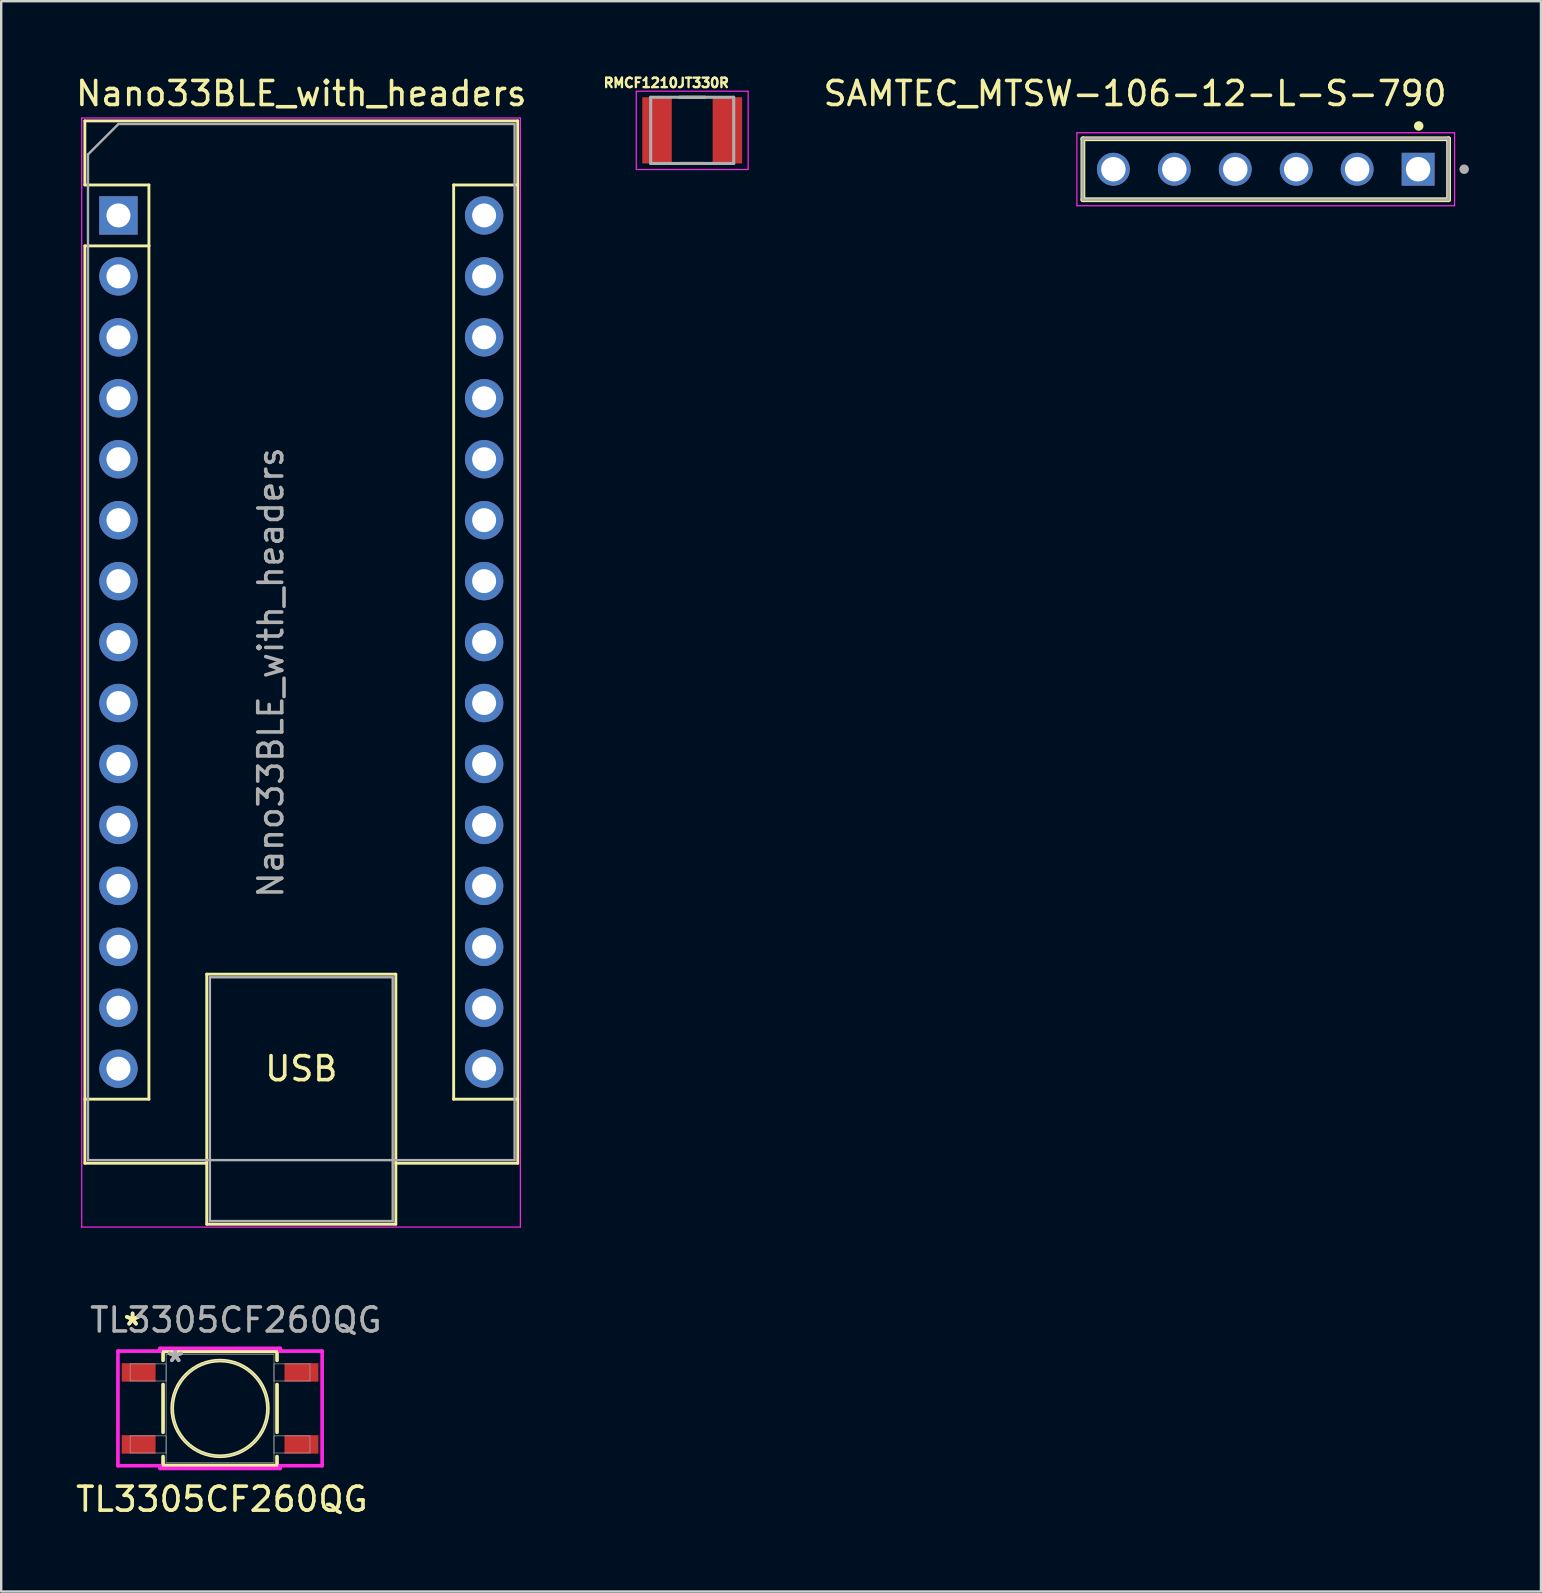
<source format=kicad_pcb>
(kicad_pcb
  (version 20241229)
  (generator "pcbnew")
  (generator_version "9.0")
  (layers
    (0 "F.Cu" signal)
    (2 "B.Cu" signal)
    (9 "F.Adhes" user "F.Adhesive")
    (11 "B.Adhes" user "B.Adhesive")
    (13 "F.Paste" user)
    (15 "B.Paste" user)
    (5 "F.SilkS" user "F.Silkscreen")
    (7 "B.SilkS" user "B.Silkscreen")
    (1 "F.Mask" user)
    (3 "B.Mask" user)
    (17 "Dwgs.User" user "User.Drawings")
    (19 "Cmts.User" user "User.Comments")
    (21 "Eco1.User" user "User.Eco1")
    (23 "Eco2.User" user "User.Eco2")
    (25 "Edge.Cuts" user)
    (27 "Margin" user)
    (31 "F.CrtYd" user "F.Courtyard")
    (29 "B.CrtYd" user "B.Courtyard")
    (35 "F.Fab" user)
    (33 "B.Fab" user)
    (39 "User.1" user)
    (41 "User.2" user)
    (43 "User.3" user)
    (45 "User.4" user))
  (footprint "Nano33BLE_with_headers"
    (layer "F.Cu")
    (at 1.886 5.928)
    (property "Reference" "Nano33BLE_with_headers" (at 7.62 -5.08 0) (layer "F.SilkS") (effects (font (size 1 1) (thickness 0.15))))
    (attr through_hole)
    (fp_line (start -1.4 -3.94) (end -1.4 -1.27) (stroke (width 0.12) (type solid)) (layer "F.SilkS"))
    (fp_line (start -1.4 1.27) (end -1.4 39.5) (stroke (width 0.12) (type solid)) (layer "F.SilkS"))
    (fp_line (start -1.4 39.5) (end 3.68 39.5) (stroke (width 0.12) (type solid)) (layer "F.SilkS"))
    (fp_line (start 1.27 -1.27) (end -1.4 -1.27) (stroke (width 0.12) (type solid)) (layer "F.SilkS"))
    (fp_line (start 1.27 1.27) (end -1.4 1.27) (stroke (width 0.12) (type solid)) (layer "F.SilkS"))
    (fp_line (start 1.27 1.27) (end 1.27 -1.27) (stroke (width 0.12) (type solid)) (layer "F.SilkS"))
    (fp_line (start 1.27 1.27) (end 1.27 36.83) (stroke (width 0.12) (type solid)) (layer "F.SilkS"))
    (fp_line (start 1.27 36.83) (end -1.4 36.83) (stroke (width 0.12) (type solid)) (layer "F.SilkS"))
    (fp_line (start 3.68 31.62) (end 11.56 31.62) (stroke (width 0.12) (type solid)) (layer "F.SilkS"))
    (fp_line (start 3.68 42.04) (end 3.68 31.62) (stroke (width 0.12) (type solid)) (layer "F.SilkS"))
    (fp_line (start 11.56 31.62) (end 11.56 42.04) (stroke (width 0.12) (type solid)) (layer "F.SilkS"))
    (fp_line (start 11.56 42.04) (end 3.68 42.04) (stroke (width 0.12) (type solid)) (layer "F.SilkS"))
    (fp_line (start 13.97 -1.27) (end 13.97 36.83) (stroke (width 0.12) (type solid)) (layer "F.SilkS"))
    (fp_line (start 13.97 -1.27) (end 16.64 -1.27) (stroke (width 0.12) (type solid)) (layer "F.SilkS"))
    (fp_line (start 13.97 36.83) (end 16.64 36.83) (stroke (width 0.12) (type solid)) (layer "F.SilkS"))
    (fp_line (start 16.64 -3.94) (end -1.4 -3.94) (stroke (width 0.12) (type solid)) (layer "F.SilkS"))
    (fp_line (start 16.64 39.5) (end 11.56 39.5) (stroke (width 0.12) (type solid)) (layer "F.SilkS"))
    (fp_line (start 16.64 39.5) (end 16.64 -3.94) (stroke (width 0.12) (type solid)) (layer "F.SilkS"))
    (fp_line (start -1.53 -4.06) (end -1.53 42.16) (stroke (width 0.05) (type solid)) (layer "F.CrtYd"))
    (fp_line (start -1.53 -4.06) (end 16.75 -4.06) (stroke (width 0.05) (type solid)) (layer "F.CrtYd"))
    (fp_line (start 16.75 42.16) (end -1.53 42.16) (stroke (width 0.05) (type solid)) (layer "F.CrtYd"))
    (fp_line (start 16.75 42.16) (end 16.75 -4.06) (stroke (width 0.05) (type solid)) (layer "F.CrtYd"))
    (fp_line (start -1.27 -2.54) (end 0 -3.81) (stroke (width 0.1) (type solid)) (layer "F.Fab"))
    (fp_line (start -1.27 39.37) (end -1.27 -2.54) (stroke (width 0.1) (type solid)) (layer "F.Fab"))
    (fp_line (start 0 -3.81) (end 16.51 -3.81) (stroke (width 0.1) (type solid)) (layer "F.Fab"))
    (fp_line (start 3.81 31.75) (end 11.43 31.75) (stroke (width 0.1) (type solid)) (layer "F.Fab"))
    (fp_line (start 3.81 41.91) (end 3.81 31.75) (stroke (width 0.1) (type solid)) (layer "F.Fab"))
    (fp_line (start 11.43 31.75) (end 11.43 41.91) (stroke (width 0.1) (type solid)) (layer "F.Fab"))
    (fp_line (start 11.43 41.91) (end 3.81 41.91) (stroke (width 0.1) (type solid)) (layer "F.Fab"))
    (fp_line (start 16.51 -3.81) (end 16.51 39.37) (stroke (width 0.1) (type solid)) (layer "F.Fab"))
    (fp_line (start 16.51 39.37) (end -1.27 39.37) (stroke (width 0.1) (type solid)) (layer "F.Fab"))
    (fp_text user "USB" (at 7.62 35.56 0) (unlocked yes) (layer "F.SilkS") (effects (font (size 1 1) (thickness 0.15))))
    (fp_text user "${REFERENCE}" (at 6.35 19.05 90) (layer "F.Fab") (effects (font (size 1 1) (thickness 0.15))))
    (pad "1" thru_hole rect (at 0 0) (size 1.6 1.6) (drill 1) (layers "*.Cu" "*.Mask"))
    (pad "2" thru_hole oval (at 0 2.54) (size 1.6 1.6) (drill 1) (layers "*.Cu" "*.Mask"))
    (pad "3" thru_hole oval (at 0 5.08) (size 1.6 1.6) (drill 1) (layers "*.Cu" "*.Mask"))
    (pad "4" thru_hole oval (at 0 7.62) (size 1.6 1.6) (drill 1) (layers "*.Cu" "*.Mask"))
    (pad "5" thru_hole oval (at 0 10.16) (size 1.6 1.6) (drill 1) (layers "*.Cu" "*.Mask"))
    (pad "6" thru_hole oval (at 0 12.7) (size 1.6 1.6) (drill 1) (layers "*.Cu" "*.Mask"))
    (pad "7" thru_hole oval (at 0 15.24) (size 1.6 1.6) (drill 1) (layers "*.Cu" "*.Mask"))
    (pad "8" thru_hole oval (at 0 17.78) (size 1.6 1.6) (drill 1) (layers "*.Cu" "*.Mask"))
    (pad "9" thru_hole oval (at 0 20.32) (size 1.6 1.6) (drill 1) (layers "*.Cu" "*.Mask"))
    (pad "10" thru_hole oval (at 0 22.86) (size 1.6 1.6) (drill 1) (layers "*.Cu" "*.Mask"))
    (pad "11" thru_hole oval (at 0 25.4) (size 1.6 1.6) (drill 1) (layers "*.Cu" "*.Mask"))
    (pad "12" thru_hole oval (at 0 27.94) (size 1.6 1.6) (drill 1) (layers "*.Cu" "*.Mask"))
    (pad "13" thru_hole oval (at 0 30.48) (size 1.6 1.6) (drill 1) (layers "*.Cu" "*.Mask"))
    (pad "14" thru_hole oval (at 0 33.02) (size 1.6 1.6) (drill 1) (layers "*.Cu" "*.Mask"))
    (pad "15" thru_hole oval (at 0 35.56) (size 1.6 1.6) (drill 1) (layers "*.Cu" "*.Mask"))
    (pad "16" thru_hole oval (at 15.24 35.56) (size 1.6 1.6) (drill 1) (layers "*.Cu" "*.Mask"))
    (pad "17" thru_hole oval (at 15.24 33.02) (size 1.6 1.6) (drill 1) (layers "*.Cu" "*.Mask"))
    (pad "18" thru_hole oval (at 15.24 30.48) (size 1.6 1.6) (drill 1) (layers "*.Cu" "*.Mask"))
    (pad "19" thru_hole oval (at 15.24 27.94) (size 1.6 1.6) (drill 1) (layers "*.Cu" "*.Mask"))
    (pad "20" thru_hole oval (at 15.24 25.4) (size 1.6 1.6) (drill 1) (layers "*.Cu" "*.Mask"))
    (pad "21" thru_hole oval (at 15.24 22.86) (size 1.6 1.6) (drill 1) (layers "*.Cu" "*.Mask"))
    (pad "22" thru_hole oval (at 15.24 20.32) (size 1.6 1.6) (drill 1) (layers "*.Cu" "*.Mask"))
    (pad "23" thru_hole oval (at 15.24 17.78) (size 1.6 1.6) (drill 1) (layers "*.Cu" "*.Mask"))
    (pad "24" thru_hole oval (at 15.24 15.24) (size 1.6 1.6) (drill 1) (layers "*.Cu" "*.Mask"))
    (pad "25" thru_hole oval (at 15.24 12.7) (size 1.6 1.6) (drill 1) (layers "*.Cu" "*.Mask"))
    (pad "26" thru_hole oval (at 15.24 10.16) (size 1.6 1.6) (drill 1) (layers "*.Cu" "*.Mask"))
    (pad "27" thru_hole oval (at 15.24 7.62) (size 1.6 1.6) (drill 1) (layers "*.Cu" "*.Mask"))
    (pad "28" thru_hole oval (at 15.24 5.08) (size 1.6 1.6) (drill 1) (layers "*.Cu" "*.Mask"))
    (pad "29" thru_hole oval (at 15.24 2.54) (size 1.6 1.6) (drill 1) (layers "*.Cu" "*.Mask"))
    (pad "30" thru_hole oval (at 15.24 0) (size 1.6 1.6) (drill 1) (layers "*.Cu" "*.Mask")))
  (footprint "RMCF1210JT330R"
    (layer "F.Cu")
    (at 25.797 2.383)
    (property "Reference" "RMCF1210JT330R" (at -1.08 -1.98 0) (layer "F.SilkS") (effects (font (size 0.394 0.394) (thickness 0.15))))
    (attr smd)
    (fp_line (start -0.53 -1.38) (end 0.53 -1.38) (stroke (width 0.127) (type solid)) (layer "F.SilkS"))
    (fp_line (start -0.53 1.38) (end 0.53 1.38) (stroke (width 0.127) (type solid)) (layer "F.SilkS"))
    (fp_line (start -2.331 -1.631) (end 2.331 -1.631) (stroke (width 0.05) (type solid)) (layer "F.CrtYd"))
    (fp_line (start -2.331 1.631) (end -2.331 -1.631) (stroke (width 0.05) (type solid)) (layer "F.CrtYd"))
    (fp_line (start -2.331 1.631) (end 2.331 1.631) (stroke (width 0.05) (type solid)) (layer "F.CrtYd"))
    (fp_line (start 2.331 1.631) (end 2.331 -1.631) (stroke (width 0.05) (type solid)) (layer "F.CrtYd"))
    (fp_line (start -1.73 1.38) (end -1.73 -1.38) (stroke (width 0.127) (type solid)) (layer "F.Fab"))
    (fp_line (start 1.73 -1.38) (end -1.73 -1.38) (stroke (width 0.127) (type solid)) (layer "F.Fab"))
    (fp_line (start 1.73 1.38) (end -1.73 1.38) (stroke (width 0.127) (type solid)) (layer "F.Fab"))
    (fp_line (start 1.73 1.38) (end 1.73 -1.38) (stroke (width 0.127) (type solid)) (layer "F.Fab"))
    (pad "1" smd rect (at -1.466 0) (size 1.23 2.76) (layers "F.Cu" "F.Mask" "F.Paste"))
    (pad "2" smd rect (at 1.466 0) (size 1.23 2.76) (layers "F.Cu" "F.Mask" "F.Paste")))
  (footprint "SAMTEC_MTSW-106-12-L-S-790"
    (layer "F.Cu")
    (at 49.699 4.003)
    (property "Reference" "SAMTEC_MTSW-106-12-L-S-790" (at -5.445 -3.155 0) (layer "F.SilkS") (effects (font (size 1 1) (thickness 0.15))))
    (attr through_hole)
    (fp_line (start -7.62 1.27) (end -7.62 -1.27) (stroke (width 0.2) (type solid)) (layer "F.SilkS"))
    (fp_line (start 7.62 -1.27) (end -7.62 -1.27) (stroke (width 0.2) (type solid)) (layer "F.SilkS"))
    (fp_line (start 7.62 -1.27) (end 7.62 1.27) (stroke (width 0.2) (type solid)) (layer "F.SilkS"))
    (fp_line (start 7.62 1.27) (end -7.62 1.27) (stroke (width 0.2) (type solid)) (layer "F.SilkS"))
    (fp_circle (center 6.375 -1.803) (end 6.475 -1.803) (stroke (width 0.2) (type solid)) (fill no) (layer "F.SilkS"))
    (fp_line (start -7.87 -1.52) (end 7.87 -1.52) (stroke (width 0.05) (type solid)) (layer "F.CrtYd"))
    (fp_line (start -7.87 1.52) (end -7.87 -1.52) (stroke (width 0.05) (type solid)) (layer "F.CrtYd"))
    (fp_line (start 7.87 -1.52) (end 7.87 1.52) (stroke (width 0.05) (type solid)) (layer "F.CrtYd"))
    (fp_line (start 7.87 1.52) (end -7.87 1.52) (stroke (width 0.05) (type solid)) (layer "F.CrtYd"))
    (fp_line (start -7.62 -1.27) (end 7.62 -1.27) (stroke (width 0.1) (type solid)) (layer "F.Fab"))
    (fp_line (start -7.62 -1.27) (end 7.62 -1.27) (stroke (width 0.1) (type solid)) (layer "F.Fab"))
    (fp_line (start -7.62 1.27) (end -7.62 -1.27) (stroke (width 0.1) (type solid)) (layer "F.Fab"))
    (fp_line (start -7.62 1.27) (end -7.62 -1.27) (stroke (width 0.1) (type solid)) (layer "F.Fab"))
    (fp_line (start 7.62 -1.27) (end 7.62 1.27) (stroke (width 0.1) (type solid)) (layer "F.Fab"))
    (fp_line (start 7.62 -1.27) (end 7.62 1.27) (stroke (width 0.1) (type solid)) (layer "F.Fab"))
    (fp_line (start 7.62 1.27) (end -7.62 1.27) (stroke (width 0.1) (type solid)) (layer "F.Fab"))
    (fp_circle (center 8.27 0) (end 8.37 0) (stroke (width 0.2) (type solid)) (fill no) (layer "F.Fab"))
    (pad "01" thru_hole rect (at 6.35 0) (size 1.37 1.37) (drill 1.02) (layers "*.Cu" "*.Mask"))
    (pad "02" thru_hole circle (at 3.81 0) (size 1.37 1.37) (drill 1.02) (layers "*.Cu" "*.Mask"))
    (pad "03" thru_hole circle (at 1.27 0) (size 1.37 1.37) (drill 1.02) (layers "*.Cu" "*.Mask"))
    (pad "04" thru_hole circle (at -1.27 0) (size 1.37 1.37) (drill 1.02) (layers "*.Cu" "*.Mask"))
    (pad "05" thru_hole circle (at -3.81 0) (size 1.37 1.37) (drill 1.02) (layers "*.Cu" "*.Mask"))
    (pad "06" thru_hole circle (at -6.35 0) (size 1.37 1.37) (drill 1.02) (layers "*.Cu" "*.Mask")))
  (footprint "TL3305CF260QG"
    (layer "F.Cu")
    (at 6.12 55.645)
    (property "Reference" "TL3305CF260QG" (at 0.076 3.785 0) (unlocked yes) (layer "F.SilkS") (effects (font (size 1 1) (thickness 0.15))))
    (attr smd)
    (fp_line (start -2.375 -2.375) (end -2.375 -2.005) (stroke (width 0.152) (type solid)) (layer "F.SilkS"))
    (fp_line (start -2.375 -0.995) (end -2.375 0.995) (stroke (width 0.152) (type solid)) (layer "F.SilkS"))
    (fp_line (start -2.375 2.005) (end -2.375 2.375) (stroke (width 0.152) (type solid)) (layer "F.SilkS"))
    (fp_line (start -2.375 2.375) (end 2.375 2.375) (stroke (width 0.152) (type solid)) (layer "F.SilkS"))
    (fp_line (start 2.375 -2.375) (end -2.375 -2.375) (stroke (width 0.152) (type solid)) (layer "F.SilkS"))
    (fp_line (start 2.375 -2.005) (end 2.375 -2.375) (stroke (width 0.152) (type solid)) (layer "F.SilkS"))
    (fp_line (start 2.375 0.995) (end 2.375 -0.995) (stroke (width 0.152) (type solid)) (layer "F.SilkS"))
    (fp_line (start 2.375 2.375) (end 2.375 2.005) (stroke (width 0.152) (type solid)) (layer "F.SilkS"))
    (fp_circle (center 0 0) (end 1.994 0) (stroke (width 0.152) (type solid)) (fill no) (layer "F.SilkS"))
    (fp_line (start -4.255 -2.389) (end -2.502 -2.389) (stroke (width 0.152) (type solid)) (layer "F.CrtYd"))
    (fp_line (start -4.255 2.389) (end -4.255 -2.389) (stroke (width 0.152) (type solid)) (layer "F.CrtYd"))
    (fp_line (start -2.502 -2.502) (end 2.502 -2.502) (stroke (width 0.152) (type solid)) (layer "F.CrtYd"))
    (fp_line (start -2.502 -2.389) (end -2.502 -2.502) (stroke (width 0.152) (type solid)) (layer "F.CrtYd"))
    (fp_line (start -2.502 2.389) (end -4.255 2.389) (stroke (width 0.152) (type solid)) (layer "F.CrtYd"))
    (fp_line (start -2.502 2.502) (end -2.502 2.389) (stroke (width 0.152) (type solid)) (layer "F.CrtYd"))
    (fp_line (start 2.502 -2.502) (end 2.502 -2.389) (stroke (width 0.152) (type solid)) (layer "F.CrtYd"))
    (fp_line (start 2.502 -2.389) (end 4.255 -2.389) (stroke (width 0.152) (type solid)) (layer "F.CrtYd"))
    (fp_line (start 2.502 2.389) (end 2.502 2.502) (stroke (width 0.152) (type solid)) (layer "F.CrtYd"))
    (fp_line (start 2.502 2.502) (end -2.502 2.502) (stroke (width 0.152) (type solid)) (layer "F.CrtYd"))
    (fp_line (start 4.255 -2.389) (end 4.255 2.389) (stroke (width 0.152) (type solid)) (layer "F.CrtYd"))
    (fp_line (start 4.255 2.389) (end 2.502 2.389) (stroke (width 0.152) (type solid)) (layer "F.CrtYd"))
    (fp_line (start -3.747 -1.856) (end -3.747 -1.144) (stroke (width 0.025) (type solid)) (layer "F.Fab"))
    (fp_line (start -3.747 -1.144) (end -2.248 -1.144) (stroke (width 0.025) (type solid)) (layer "F.Fab"))
    (fp_line (start -3.747 1.144) (end -3.747 1.856) (stroke (width 0.025) (type solid)) (layer "F.Fab"))
    (fp_line (start -3.747 1.856) (end -2.248 1.856) (stroke (width 0.025) (type solid)) (layer "F.Fab"))
    (fp_line (start -2.248 -2.248) (end -2.248 2.248) (stroke (width 0.025) (type solid)) (layer "F.Fab"))
    (fp_line (start -2.248 -1.856) (end -3.747 -1.856) (stroke (width 0.025) (type solid)) (layer "F.Fab"))
    (fp_line (start -2.248 -1.144) (end -2.248 -1.856) (stroke (width 0.025) (type solid)) (layer "F.Fab"))
    (fp_line (start -2.248 1.144) (end -3.747 1.144) (stroke (width 0.025) (type solid)) (layer "F.Fab"))
    (fp_line (start -2.248 1.856) (end -2.248 1.144) (stroke (width 0.025) (type solid)) (layer "F.Fab"))
    (fp_line (start -2.248 2.248) (end 2.248 2.248) (stroke (width 0.025) (type solid)) (layer "F.Fab"))
    (fp_line (start 2.248 -2.248) (end -2.248 -2.248) (stroke (width 0.025) (type solid)) (layer "F.Fab"))
    (fp_line (start 2.248 -1.856) (end 2.248 -1.144) (stroke (width 0.025) (type solid)) (layer "F.Fab"))
    (fp_line (start 2.248 -1.144) (end 3.747 -1.144) (stroke (width 0.025) (type solid)) (layer "F.Fab"))
    (fp_line (start 2.248 1.144) (end 2.248 1.856) (stroke (width 0.025) (type solid)) (layer "F.Fab"))
    (fp_line (start 2.248 1.856) (end 3.747 1.856) (stroke (width 0.025) (type solid)) (layer "F.Fab"))
    (fp_line (start 2.248 2.248) (end 2.248 -2.248) (stroke (width 0.025) (type solid)) (layer "F.Fab"))
    (fp_line (start 3.747 -1.856) (end 2.248 -1.856) (stroke (width 0.025) (type solid)) (layer "F.Fab"))
    (fp_line (start 3.747 -1.144) (end 3.747 -1.856) (stroke (width 0.025) (type solid)) (layer "F.Fab"))
    (fp_line (start 3.747 1.144) (end 2.248 1.144) (stroke (width 0.025) (type solid)) (layer "F.Fab"))
    (fp_line (start 3.747 1.856) (end 3.747 1.144) (stroke (width 0.025) (type solid)) (layer "F.Fab"))
    (fp_circle (center 0 0) (end 1.994 0) (stroke (width 0.025) (type solid)) (fill no) (layer "F.Fab"))
    (fp_text user "*" (at -3.645 -3.414 0) (layer "F.SilkS") (effects (font (size 1 1) (thickness 0.15))))
    (fp_text user "*" (at -3.645 -3.414 0) (unlocked yes) (layer "F.SilkS") (effects (font (size 1 1) (thickness 0.15))))
    (fp_text user "*" (at -1.867 -1.89 0) (layer "F.Fab") (effects (font (size 1 1) (thickness 0.15))))
    (fp_text user "*" (at -1.867 -1.89 0) (unlocked yes) (layer "F.Fab") (effects (font (size 1 1) (thickness 0.15))))
    (fp_text user "${REFERENCE}" (at 0.66 -3.683 0) (unlocked yes) (layer "F.Fab") (effects (font (size 1 1) (thickness 0.15))))
    (pad "1" smd rect (at -3.391 -1.5) (size 1.411 0.771) (layers "F.Cu" "F.Mask" "F.Paste"))
    (pad "2" smd rect (at 3.391 -1.5) (size 1.411 0.771) (layers "F.Cu" "F.Mask" "F.Paste"))
    (pad "3" smd rect (at -3.391 1.5) (size 1.411 0.771) (layers "F.Cu" "F.Mask" "F.Paste"))
    (pad "4" smd rect (at 3.391 1.5) (size 1.411 0.771) (layers "F.Cu" "F.Mask" "F.Paste")))
  (gr_rect
    (start -3 -3)
    (end 61.169 63.277)
    (stroke (width 0.1) (type default))
    (fill no)
    (layer "Edge.Cuts")))
</source>
